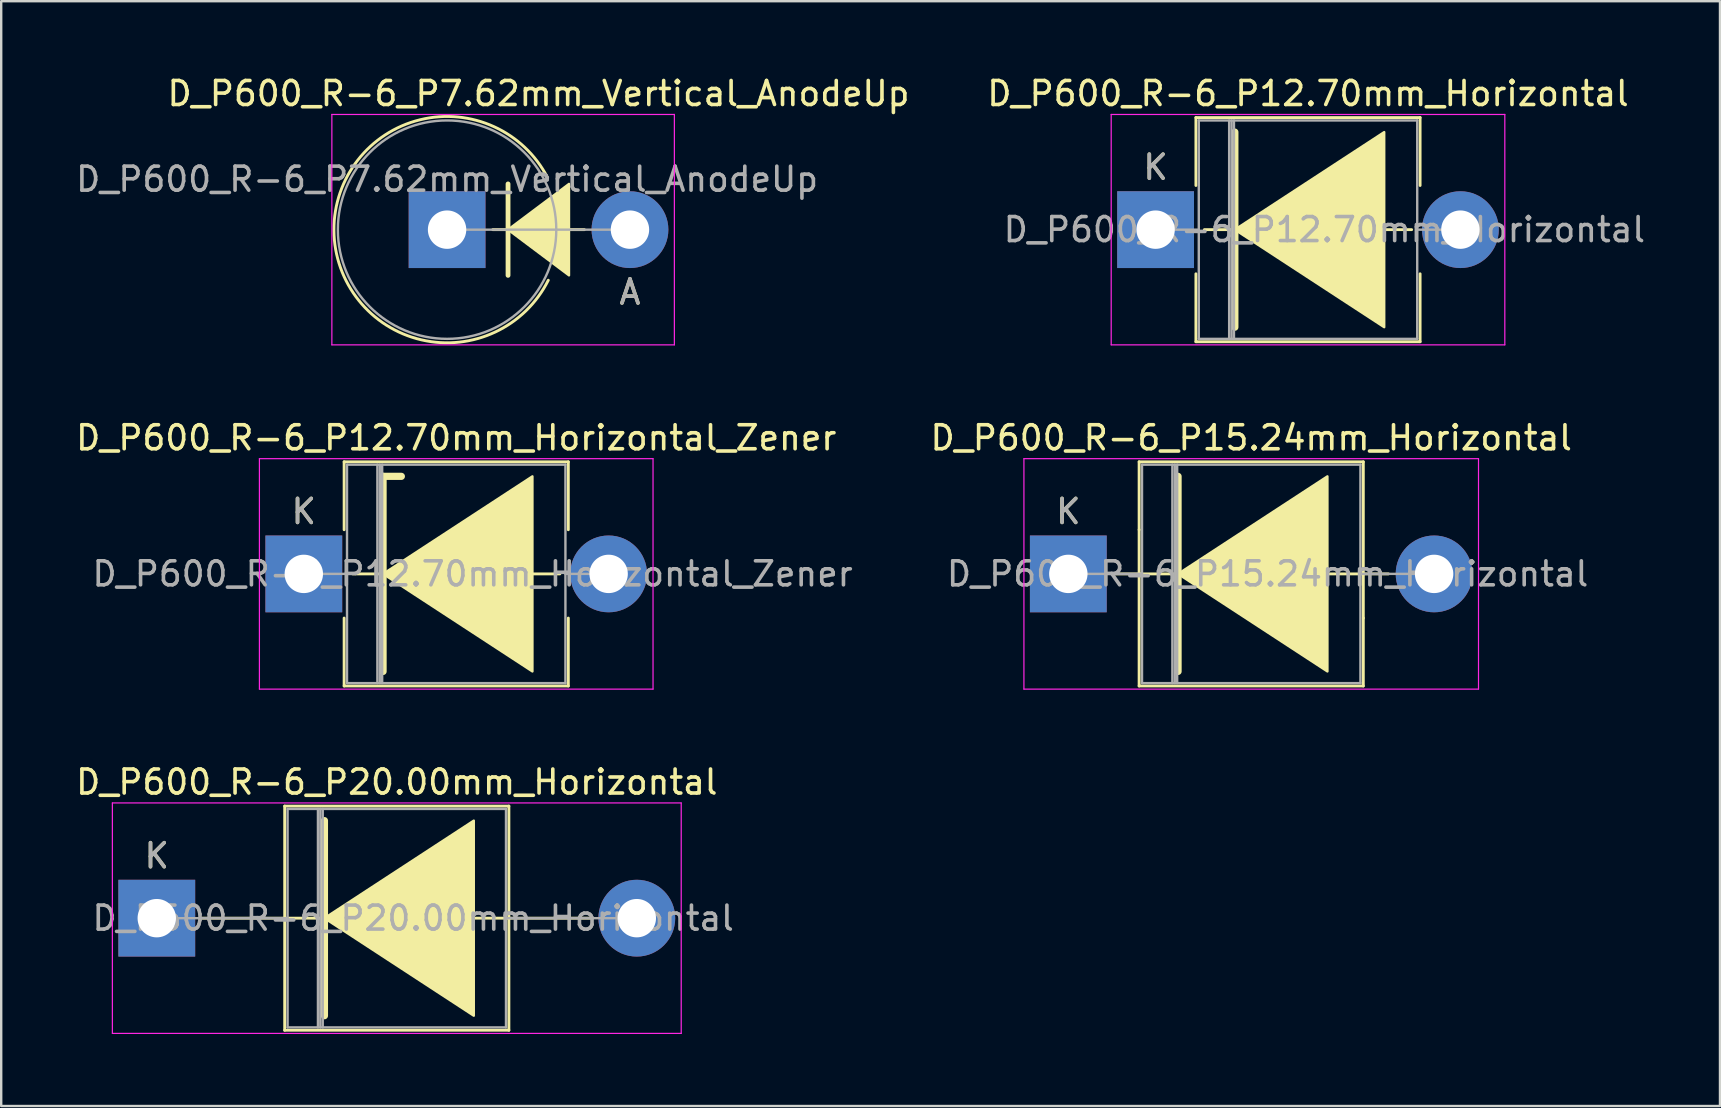
<source format=kicad_pcb>
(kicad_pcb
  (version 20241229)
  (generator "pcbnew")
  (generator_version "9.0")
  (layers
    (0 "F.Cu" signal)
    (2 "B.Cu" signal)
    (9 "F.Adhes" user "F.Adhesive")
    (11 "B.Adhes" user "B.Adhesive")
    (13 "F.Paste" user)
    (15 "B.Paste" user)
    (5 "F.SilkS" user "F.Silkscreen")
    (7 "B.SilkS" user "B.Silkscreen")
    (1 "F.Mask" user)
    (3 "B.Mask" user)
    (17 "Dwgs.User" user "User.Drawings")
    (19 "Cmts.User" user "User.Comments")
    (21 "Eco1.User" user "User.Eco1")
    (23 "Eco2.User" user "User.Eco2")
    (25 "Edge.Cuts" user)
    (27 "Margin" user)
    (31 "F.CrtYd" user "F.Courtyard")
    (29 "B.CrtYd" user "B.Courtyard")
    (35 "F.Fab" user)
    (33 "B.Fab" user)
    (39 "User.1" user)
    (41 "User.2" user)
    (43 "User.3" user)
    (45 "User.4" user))
  (footprint "D_P600_R-6_P20.00mm_Horizontal"
    (layer "F.Cu")
    (at 3.482 35.205)
    (property "Reference" "D_P600_R-6_P20.00mm_Horizontal" (at 10 -5.67 0) (layer "F.SilkS") (effects (font (size 1 1) (thickness 0.15))))
    (attr through_hole)
    (fp_line (start 1.84 0) (end 5.33 0) (stroke (width 0.12) (type solid)) (layer "F.SilkS"))
    (fp_line (start 5.33 -4.67) (end 5.33 4.67) (stroke (width 0.12) (type solid)) (layer "F.SilkS"))
    (fp_line (start 5.33 4.67) (end 14.67 4.67) (stroke (width 0.12) (type solid)) (layer "F.SilkS"))
    (fp_line (start 6.858 0) (end 5.33 0) (stroke (width 0.12) (type solid)) (layer "F.SilkS"))
    (fp_line (start 6.985 -4.064) (end 6.985 4.064) (stroke (width 0.3) (type solid)) (layer "F.SilkS"))
    (fp_line (start 13.081 0) (end 14.67 0) (stroke (width 0.12) (type solid)) (layer "F.SilkS"))
    (fp_line (start 14.67 -4.67) (end 5.33 -4.67) (stroke (width 0.12) (type solid)) (layer "F.SilkS"))
    (fp_line (start 14.67 4.67) (end 14.67 -4.67) (stroke (width 0.12) (type solid)) (layer "F.SilkS"))
    (fp_line (start 18.16 0) (end 14.67 0) (stroke (width 0.12) (type solid)) (layer "F.SilkS"))
    (fp_poly (pts (xy 13.208 4.064) (xy 6.985 0) (xy 13.208 -4.064)) (stroke (width 0.1) (type solid)) (fill yes) (layer "F.SilkS"))
    (fp_line (start -1.85 -4.8) (end -1.85 4.8) (stroke (width 0.05) (type solid)) (layer "F.CrtYd"))
    (fp_line (start -1.85 4.8) (end 21.85 4.8) (stroke (width 0.05) (type solid)) (layer "F.CrtYd"))
    (fp_line (start 21.85 -4.8) (end -1.85 -4.8) (stroke (width 0.05) (type solid)) (layer "F.CrtYd"))
    (fp_line (start 21.85 4.8) (end 21.85 -4.8) (stroke (width 0.05) (type solid)) (layer "F.CrtYd"))
    (fp_line (start 0 0) (end 5.45 0) (stroke (width 0.1) (type solid)) (layer "F.Fab"))
    (fp_line (start 5.45 -4.55) (end 5.45 4.55) (stroke (width 0.1) (type solid)) (layer "F.Fab"))
    (fp_line (start 5.45 4.55) (end 14.55 4.55) (stroke (width 0.1) (type solid)) (layer "F.Fab"))
    (fp_line (start 6.715 -4.55) (end 6.715 4.55) (stroke (width 0.1) (type solid)) (layer "F.Fab"))
    (fp_line (start 6.815 -4.55) (end 6.815 4.55) (stroke (width 0.1) (type solid)) (layer "F.Fab"))
    (fp_line (start 6.915 -4.55) (end 6.915 4.55) (stroke (width 0.1) (type solid)) (layer "F.Fab"))
    (fp_line (start 14.55 -4.55) (end 5.45 -4.55) (stroke (width 0.1) (type solid)) (layer "F.Fab"))
    (fp_line (start 14.55 4.55) (end 14.55 -4.55) (stroke (width 0.1) (type solid)) (layer "F.Fab"))
    (fp_line (start 20 0) (end 14.55 0) (stroke (width 0.1) (type solid)) (layer "F.Fab"))
    (fp_text user "K" (at 0 -2.6 0) (layer "F.SilkS") (effects (font (size 1 1) (thickness 0.15))))
    (fp_text user "${REFERENCE}" (at 10.682 0 0) (layer "F.Fab") (effects (font (size 1 1) (thickness 0.15))))
    (fp_text user "K" (at 0 -2.6 0) (layer "F.Fab") (effects (font (size 1 1) (thickness 0.15))))
    (pad "1" thru_hole rect (at 0 0) (size 3.2 3.2) (drill 1.6) (layers "*.Cu" "*.Mask"))
    (pad "2" thru_hole oval (at 20 0) (size 3.2 3.2) (drill 1.6) (layers "*.Cu" "*.Mask")))
  (footprint "D_P600_R-6_P15.24mm_Horizontal"
    (layer "F.Cu")
    (at 41.461 20.861)
    (property "Reference" "D_P600_R-6_P15.24mm_Horizontal" (at 7.62 -5.67 0) (layer "F.SilkS") (effects (font (size 1 1) (thickness 0.15))))
    (attr through_hole)
    (fp_line (start 2.95 -4.67) (end 12.29 -4.67) (stroke (width 0.12) (type solid)) (layer "F.SilkS"))
    (fp_line (start 2.95 -1.84) (end 2.95 -4.67) (stroke (width 0.12) (type solid)) (layer "F.SilkS"))
    (fp_line (start 2.95 -1.84) (end 2.95 4.67) (stroke (width 0.12) (type solid)) (layer "F.SilkS"))
    (fp_line (start 2.95 4.67) (end 12.29 4.67) (stroke (width 0.12) (type solid)) (layer "F.SilkS"))
    (fp_line (start 4.445 0) (end 1.905 0) (stroke (width 0.12) (type solid)) (layer "F.SilkS"))
    (fp_line (start 4.572 -4.064) (end 4.572 4.064) (stroke (width 0.3) (type solid)) (layer "F.SilkS"))
    (fp_line (start 10.668 0) (end 13.335 0) (stroke (width 0.12) (type solid)) (layer "F.SilkS"))
    (fp_line (start 12.29 -4.67) (end 12.29 1.84) (stroke (width 0.12) (type solid)) (layer "F.SilkS"))
    (fp_line (start 12.29 4.67) (end 12.29 1.84) (stroke (width 0.12) (type solid)) (layer "F.SilkS"))
    (fp_poly (pts (xy 10.795 4.064) (xy 4.572 0) (xy 10.795 -4.064)) (stroke (width 0.1) (type solid)) (fill yes) (layer "F.SilkS"))
    (fp_line (start -1.85 -4.8) (end -1.85 4.8) (stroke (width 0.05) (type solid)) (layer "F.CrtYd"))
    (fp_line (start -1.85 4.8) (end 17.09 4.8) (stroke (width 0.05) (type solid)) (layer "F.CrtYd"))
    (fp_line (start 17.09 -4.8) (end -1.85 -4.8) (stroke (width 0.05) (type solid)) (layer "F.CrtYd"))
    (fp_line (start 17.09 4.8) (end 17.09 -4.8) (stroke (width 0.05) (type solid)) (layer "F.CrtYd"))
    (fp_line (start 0 0) (end 3.07 0) (stroke (width 0.1) (type solid)) (layer "F.Fab"))
    (fp_line (start 3.07 -4.55) (end 3.07 4.55) (stroke (width 0.1) (type solid)) (layer "F.Fab"))
    (fp_line (start 3.07 4.55) (end 12.17 4.55) (stroke (width 0.1) (type solid)) (layer "F.Fab"))
    (fp_line (start 4.335 -4.55) (end 4.335 4.55) (stroke (width 0.1) (type solid)) (layer "F.Fab"))
    (fp_line (start 4.435 -4.55) (end 4.435 4.55) (stroke (width 0.1) (type solid)) (layer "F.Fab"))
    (fp_line (start 4.535 -4.55) (end 4.535 4.55) (stroke (width 0.1) (type solid)) (layer "F.Fab"))
    (fp_line (start 12.17 -4.55) (end 3.07 -4.55) (stroke (width 0.1) (type solid)) (layer "F.Fab"))
    (fp_line (start 12.17 4.55) (end 12.17 -4.55) (stroke (width 0.1) (type solid)) (layer "F.Fab"))
    (fp_line (start 15.24 0) (end 12.17 0) (stroke (width 0.1) (type solid)) (layer "F.Fab"))
    (fp_text user "K" (at 0 -2.6 0) (layer "F.SilkS") (effects (font (size 1 1) (thickness 0.15))))
    (fp_text user "K" (at 0 -2.6 0) (layer "F.Fab") (effects (font (size 1 1) (thickness 0.15))))
    (fp_text user "${REFERENCE}" (at 8.303 0 0) (layer "F.Fab") (effects (font (size 1 1) (thickness 0.15))))
    (pad "1" thru_hole rect (at 0 0) (size 3.2 3.2) (drill 1.6) (layers "*.Cu" "*.Mask"))
    (pad "2" thru_hole oval (at 15.24 0) (size 3.2 3.2) (drill 1.6) (layers "*.Cu" "*.Mask")))
  (footprint "D_P600_R-6_P12.70mm_Horizontal"
    (layer "F.Cu")
    (at 45.097 6.518)
    (property "Reference" "D_P600_R-6_P12.70mm_Horizontal" (at 6.35 -5.67 0) (layer "F.SilkS") (effects (font (size 1 1) (thickness 0.15))))
    (attr through_hole)
    (fp_line (start 1.68 -4.67) (end 11.02 -4.67) (stroke (width 0.12) (type solid)) (layer "F.SilkS"))
    (fp_line (start 1.68 -1.84) (end 1.68 -4.67) (stroke (width 0.12) (type solid)) (layer "F.SilkS"))
    (fp_line (start 1.68 1.84) (end 1.68 4.67) (stroke (width 0.12) (type solid)) (layer "F.SilkS"))
    (fp_line (start 1.68 4.67) (end 11.02 4.67) (stroke (width 0.12) (type solid)) (layer "F.SilkS"))
    (fp_line (start 3.175 0) (end 2.032 0) (stroke (width 0.12) (type solid)) (layer "F.SilkS"))
    (fp_line (start 3.302 -4.064) (end 3.302 4.064) (stroke (width 0.3) (type solid)) (layer "F.SilkS"))
    (fp_line (start 9.398 0) (end 10.668 0) (stroke (width 0.12) (type solid)) (layer "F.SilkS"))
    (fp_line (start 11.02 -4.67) (end 11.02 -1.84) (stroke (width 0.12) (type solid)) (layer "F.SilkS"))
    (fp_line (start 11.02 4.67) (end 11.02 1.84) (stroke (width 0.12) (type solid)) (layer "F.SilkS"))
    (fp_poly (pts (xy 9.525 4.064) (xy 3.302 0) (xy 9.525 -4.064)) (stroke (width 0.1) (type solid)) (fill yes) (layer "F.SilkS"))
    (fp_line (start -1.85 -4.8) (end -1.85 4.8) (stroke (width 0.05) (type solid)) (layer "F.CrtYd"))
    (fp_line (start -1.85 4.8) (end 14.55 4.8) (stroke (width 0.05) (type solid)) (layer "F.CrtYd"))
    (fp_line (start 14.55 -4.8) (end -1.85 -4.8) (stroke (width 0.05) (type solid)) (layer "F.CrtYd"))
    (fp_line (start 14.55 4.8) (end 14.55 -4.8) (stroke (width 0.05) (type solid)) (layer "F.CrtYd"))
    (fp_line (start 0 0) (end 1.8 0) (stroke (width 0.1) (type solid)) (layer "F.Fab"))
    (fp_line (start 1.8 -4.55) (end 1.8 4.55) (stroke (width 0.1) (type solid)) (layer "F.Fab"))
    (fp_line (start 1.8 4.55) (end 10.9 4.55) (stroke (width 0.1) (type solid)) (layer "F.Fab"))
    (fp_line (start 3.065 -4.55) (end 3.065 4.55) (stroke (width 0.1) (type solid)) (layer "F.Fab"))
    (fp_line (start 3.165 -4.55) (end 3.165 4.55) (stroke (width 0.1) (type solid)) (layer "F.Fab"))
    (fp_line (start 3.265 -4.55) (end 3.265 4.55) (stroke (width 0.1) (type solid)) (layer "F.Fab"))
    (fp_line (start 10.9 -4.55) (end 1.8 -4.55) (stroke (width 0.1) (type solid)) (layer "F.Fab"))
    (fp_line (start 10.9 4.55) (end 10.9 -4.55) (stroke (width 0.1) (type solid)) (layer "F.Fab"))
    (fp_line (start 12.7 0) (end 10.9 0) (stroke (width 0.1) (type solid)) (layer "F.Fab"))
    (fp_text user "K" (at 0 -2.6 0) (layer "F.SilkS") (effects (font (size 1 1) (thickness 0.15))))
    (fp_text user "${REFERENCE}" (at 7.032 0 0) (layer "F.Fab") (effects (font (size 1 1) (thickness 0.15))))
    (fp_text user "K" (at 0 -2.6 0) (layer "F.Fab") (effects (font (size 1 1) (thickness 0.15))))
    (pad "1" thru_hole rect (at 0 0) (size 3.2 3.2) (drill 1.6) (layers "*.Cu" "*.Mask"))
    (pad "2" thru_hole oval (at 12.7 0) (size 3.2 3.2) (drill 1.6) (layers "*.Cu" "*.Mask")))
  (footprint "D_P600_R-6_P12.70mm_Horizontal_Zener"
    (layer "F.Cu")
    (at 9.608 20.861)
    (property "Reference" "D_P600_R-6_P12.70mm_Horizontal_Zener" (at 6.35 -5.67 0) (layer "F.SilkS") (effects (font (size 1 1) (thickness 0.15))))
    (attr through_hole)
    (fp_line (start 1.68 -4.67) (end 11.02 -4.67) (stroke (width 0.12) (type solid)) (layer "F.SilkS"))
    (fp_line (start 1.68 -1.84) (end 1.68 -4.67) (stroke (width 0.12) (type solid)) (layer "F.SilkS"))
    (fp_line (start 1.68 1.84) (end 1.68 4.67) (stroke (width 0.12) (type solid)) (layer "F.SilkS"))
    (fp_line (start 1.68 4.67) (end 11.02 4.67) (stroke (width 0.12) (type solid)) (layer "F.SilkS"))
    (fp_line (start 3.175 0) (end 2.032 0) (stroke (width 0.12) (type solid)) (layer "F.SilkS"))
    (fp_line (start 3.302 -4.064) (end 3.302 4.064) (stroke (width 0.3) (type solid)) (layer "F.SilkS"))
    (fp_line (start 3.302 -4.064) (end 4.064 -4.064) (stroke (width 0.3) (type solid)) (layer "F.SilkS"))
    (fp_line (start 9.398 0) (end 10.668 0) (stroke (width 0.12) (type solid)) (layer "F.SilkS"))
    (fp_line (start 11.02 -4.67) (end 11.02 -1.84) (stroke (width 0.12) (type solid)) (layer "F.SilkS"))
    (fp_line (start 11.02 4.67) (end 11.02 1.84) (stroke (width 0.12) (type solid)) (layer "F.SilkS"))
    (fp_poly (pts (xy 9.525 4.064) (xy 3.302 0) (xy 9.525 -4.064)) (stroke (width 0.1) (type solid)) (fill yes) (layer "F.SilkS"))
    (fp_line (start -1.85 -4.8) (end -1.85 4.8) (stroke (width 0.05) (type solid)) (layer "F.CrtYd"))
    (fp_line (start -1.85 4.8) (end 14.55 4.8) (stroke (width 0.05) (type solid)) (layer "F.CrtYd"))
    (fp_line (start 14.55 -4.8) (end -1.85 -4.8) (stroke (width 0.05) (type solid)) (layer "F.CrtYd"))
    (fp_line (start 14.55 4.8) (end 14.55 -4.8) (stroke (width 0.05) (type solid)) (layer "F.CrtYd"))
    (fp_line (start 0 0) (end 1.8 0) (stroke (width 0.1) (type solid)) (layer "F.Fab"))
    (fp_line (start 1.8 -4.55) (end 1.8 4.55) (stroke (width 0.1) (type solid)) (layer "F.Fab"))
    (fp_line (start 1.8 4.55) (end 10.9 4.55) (stroke (width 0.1) (type solid)) (layer "F.Fab"))
    (fp_line (start 3.065 -4.55) (end 3.065 4.55) (stroke (width 0.1) (type solid)) (layer "F.Fab"))
    (fp_line (start 3.165 -4.55) (end 3.165 4.55) (stroke (width 0.1) (type solid)) (layer "F.Fab"))
    (fp_line (start 3.265 -4.55) (end 3.265 4.55) (stroke (width 0.1) (type solid)) (layer "F.Fab"))
    (fp_line (start 10.9 -4.55) (end 1.8 -4.55) (stroke (width 0.1) (type solid)) (layer "F.Fab"))
    (fp_line (start 10.9 4.55) (end 10.9 -4.55) (stroke (width 0.1) (type solid)) (layer "F.Fab"))
    (fp_line (start 12.7 0) (end 10.9 0) (stroke (width 0.1) (type solid)) (layer "F.Fab"))
    (fp_text user "K" (at 0 -2.6 0) (layer "F.SilkS") (effects (font (size 1 1) (thickness 0.15))))
    (fp_text user "${REFERENCE}" (at 7.032 0 0) (layer "F.Fab") (effects (font (size 1 1) (thickness 0.15))))
    (fp_text user "K" (at 0 -2.6 0) (layer "F.Fab") (effects (font (size 1 1) (thickness 0.15))))
    (pad "1" thru_hole rect (at 0 0) (size 3.2 3.2) (drill 1.6) (layers "*.Cu" "*.Mask"))
    (pad "2" thru_hole oval (at 12.7 0) (size 3.2 3.2) (drill 1.6) (layers "*.Cu" "*.Mask")))
  (footprint "D_P600_R-6_P7.62mm_Vertical_AnodeUp"
    (layer "F.Cu")
    (at 15.577 6.518)
    (property "Reference" "D_P600_R-6_P7.62mm_Vertical_AnodeUp" (at 3.81 -5.67 0) (layer "F.SilkS") (effects (font (size 1 1) (thickness 0.15))))
    (attr through_hole)
    (fp_line (start 1.905 0) (end 5.72 0) (stroke (width 0.12) (type solid)) (layer "F.SilkS"))
    (fp_line (start 2.54 -1.905) (end 2.54 1.905) (stroke (width 0.2) (type solid)) (layer "F.SilkS"))
    (fp_arc (start 4.216705 2.108353) (mid -4.714334 0.028398) (end 4.190999 -2.158999) (stroke (width 0.12) (type solid)) (layer "F.SilkS"))
    (fp_poly (pts (xy 5.08 1.905) (xy 2.54 0) (xy 5.08 -1.905)) (stroke (width 0.1) (type solid)) (fill yes) (layer "F.SilkS"))
    (fp_line (start -4.8 -4.8) (end -4.8 4.8) (stroke (width 0.05) (type solid)) (layer "F.CrtYd"))
    (fp_line (start -4.8 4.8) (end 9.47 4.8) (stroke (width 0.05) (type solid)) (layer "F.CrtYd"))
    (fp_line (start 9.47 -4.8) (end -4.8 -4.8) (stroke (width 0.05) (type solid)) (layer "F.CrtYd"))
    (fp_line (start 9.47 4.8) (end 9.47 -4.8) (stroke (width 0.05) (type solid)) (layer "F.CrtYd"))
    (fp_line (start 0 0) (end 7.62 0) (stroke (width 0.1) (type solid)) (layer "F.Fab"))
    (fp_circle (center 0 0) (end 4.55 0) (stroke (width 0.1) (type solid)) (fill no) (layer "F.Fab"))
    (fp_text user "A" (at 7.62 2.6 0) (layer "F.SilkS") (effects (font (size 1 1) (thickness 0.15))))
    (fp_text user "${REFERENCE}" (at 0 -2.1 0) (layer "F.Fab") (effects (font (size 1 1) (thickness 0.15))))
    (fp_text user "A" (at 7.62 2.6 0) (layer "F.Fab") (effects (font (size 1 1) (thickness 0.15))))
    (pad "1" thru_hole rect (at 0 0) (size 3.2 3.2) (drill 1.6) (layers "*.Cu" "*.Mask"))
    (pad "2" thru_hole oval (at 7.62 0) (size 3.2 3.2) (drill 1.6) (layers "*.Cu" "*.Mask")))
  (gr_rect
    (start -3 -3)
    (end 68.612 43.03)
    (stroke (width 0.1) (type default))
    (fill no)
    (layer "Edge.Cuts")))
</source>
